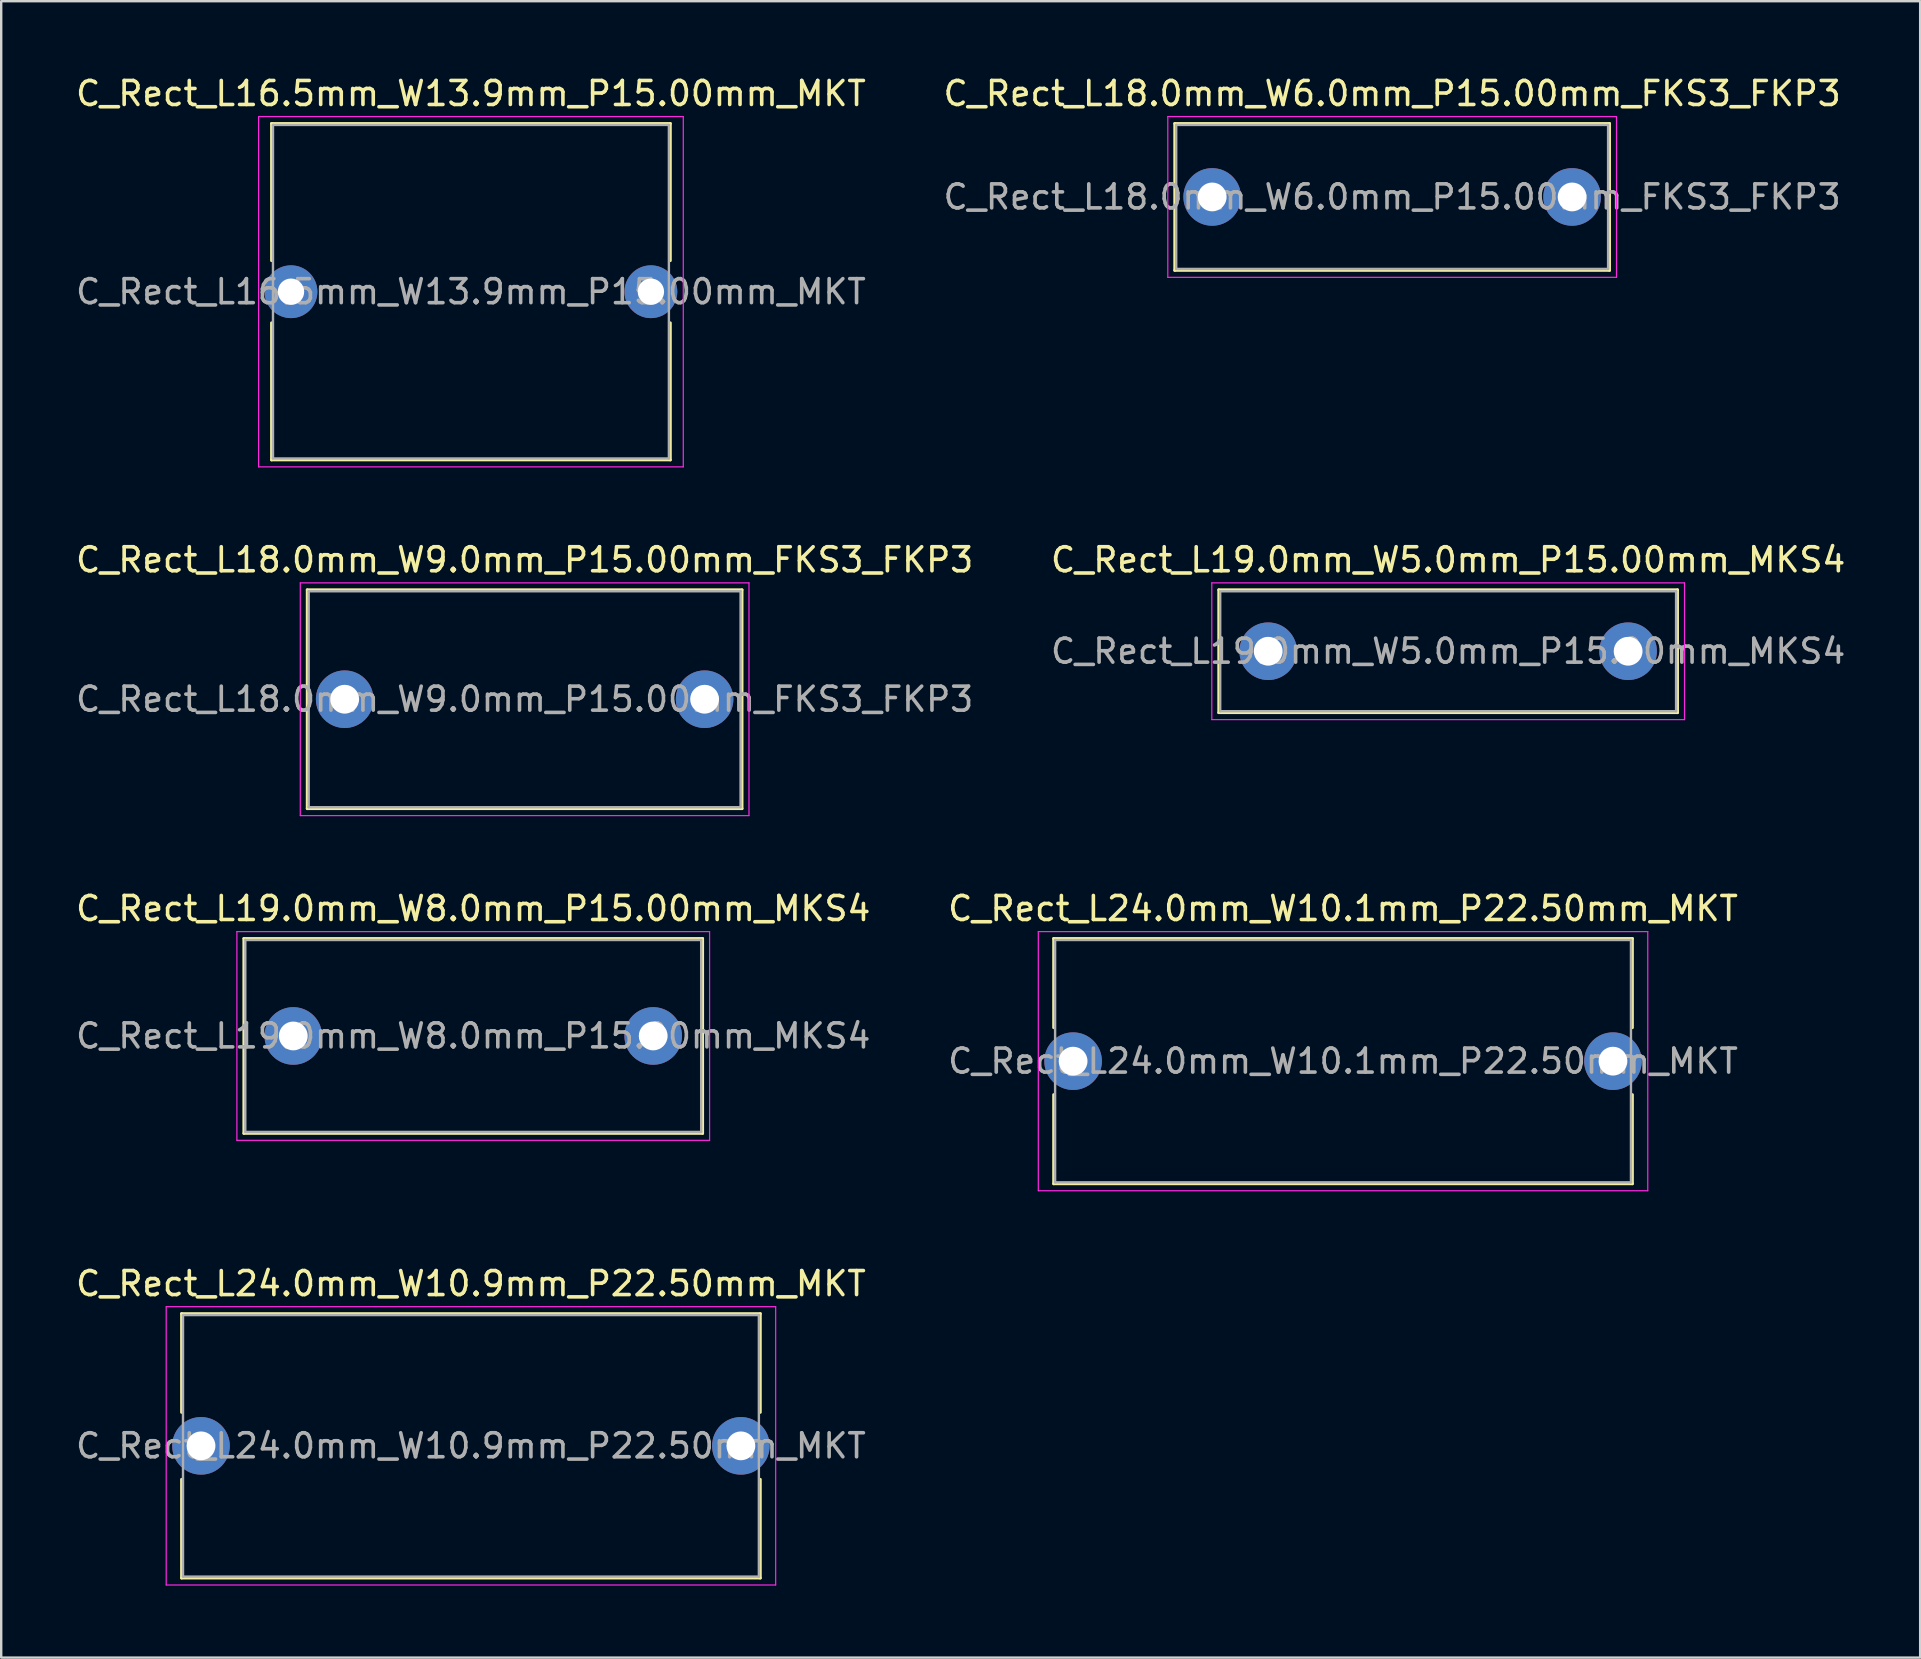
<source format=kicad_pcb>
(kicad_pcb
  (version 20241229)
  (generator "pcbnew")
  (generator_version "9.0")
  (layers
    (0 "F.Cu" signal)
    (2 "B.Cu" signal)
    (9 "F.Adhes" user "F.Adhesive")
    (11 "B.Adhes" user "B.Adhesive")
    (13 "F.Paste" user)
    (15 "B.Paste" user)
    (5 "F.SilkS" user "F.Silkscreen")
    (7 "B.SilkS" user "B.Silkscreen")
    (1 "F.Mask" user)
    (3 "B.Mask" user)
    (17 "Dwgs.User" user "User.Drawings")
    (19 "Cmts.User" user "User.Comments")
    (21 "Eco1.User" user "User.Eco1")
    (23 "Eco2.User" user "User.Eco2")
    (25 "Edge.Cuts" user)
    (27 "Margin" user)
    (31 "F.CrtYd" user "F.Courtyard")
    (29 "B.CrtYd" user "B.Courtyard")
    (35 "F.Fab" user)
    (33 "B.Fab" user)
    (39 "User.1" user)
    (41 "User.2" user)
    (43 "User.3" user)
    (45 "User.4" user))
  (footprint "C_Rect_L24.0mm_W10.9mm_P22.50mm_MKT"
    (layer "F.Cu")
    (at 5.327 57.208)
    (property "Reference" "C_Rect_L24.0mm_W10.9mm_P22.50mm_MKT" (at 11.25 -6.76 0) (layer "F.SilkS") (effects (font (size 1 1) (thickness 0.15))))
    (attr through_hole)
    (fp_line (start -0.81 -5.51) (end -0.81 -1.395) (stroke (width 0.12) (type solid)) (layer "F.SilkS"))
    (fp_line (start -0.81 -5.51) (end 23.31 -5.51) (stroke (width 0.12) (type solid)) (layer "F.SilkS"))
    (fp_line (start -0.81 1.395) (end -0.81 5.51) (stroke (width 0.12) (type solid)) (layer "F.SilkS"))
    (fp_line (start -0.81 5.51) (end 23.31 5.51) (stroke (width 0.12) (type solid)) (layer "F.SilkS"))
    (fp_line (start 23.31 -5.51) (end 23.31 -1.395) (stroke (width 0.12) (type solid)) (layer "F.SilkS"))
    (fp_line (start 23.31 1.395) (end 23.31 5.51) (stroke (width 0.12) (type solid)) (layer "F.SilkS"))
    (fp_line (start -1.45 -5.8) (end -1.45 5.8) (stroke (width 0.05) (type solid)) (layer "F.CrtYd"))
    (fp_line (start -1.45 5.8) (end 23.95 5.8) (stroke (width 0.05) (type solid)) (layer "F.CrtYd"))
    (fp_line (start 23.95 -5.8) (end -1.45 -5.8) (stroke (width 0.05) (type solid)) (layer "F.CrtYd"))
    (fp_line (start 23.95 5.8) (end 23.95 -5.8) (stroke (width 0.05) (type solid)) (layer "F.CrtYd"))
    (fp_line (start -0.75 -5.45) (end -0.75 5.45) (stroke (width 0.1) (type solid)) (layer "F.Fab"))
    (fp_line (start -0.75 5.45) (end 23.25 5.45) (stroke (width 0.1) (type solid)) (layer "F.Fab"))
    (fp_line (start 23.25 -5.45) (end -0.75 -5.45) (stroke (width 0.1) (type solid)) (layer "F.Fab"))
    (fp_line (start 23.25 5.45) (end 23.25 -5.45) (stroke (width 0.1) (type solid)) (layer "F.Fab"))
    (fp_text user "${REFERENCE}" (at 11.25 0 0) (layer "F.Fab") (effects (font (size 1 1) (thickness 0.15))))
    (pad "1" thru_hole circle (at 0 0) (size 2.4 2.4) (drill 1.2) (layers "*.Cu" "*.Mask"))
    (pad "2" thru_hole circle (at 22.5 0) (size 2.4 2.4) (drill 1.2) (layers "*.Cu" "*.Mask")))
  (footprint "C_Rect_L18.0mm_W6.0mm_P15.00mm_FKS3_FKP3"
    (layer "F.Cu")
    (at 47.47 5.158)
    (property "Reference" "C_Rect_L18.0mm_W6.0mm_P15.00mm_FKS3_FKP3" (at 7.5 -4.31 0) (layer "F.SilkS") (effects (font (size 1 1) (thickness 0.15))))
    (attr through_hole)
    (fp_line (start -1.56 -3.06) (end -1.56 3.06) (stroke (width 0.12) (type solid)) (layer "F.SilkS"))
    (fp_line (start -1.56 -3.06) (end 16.56 -3.06) (stroke (width 0.12) (type solid)) (layer "F.SilkS"))
    (fp_line (start -1.56 3.06) (end 16.56 3.06) (stroke (width 0.12) (type solid)) (layer "F.SilkS"))
    (fp_line (start 16.56 -3.06) (end 16.56 3.06) (stroke (width 0.12) (type solid)) (layer "F.SilkS"))
    (fp_line (start -1.85 -3.35) (end -1.85 3.35) (stroke (width 0.05) (type solid)) (layer "F.CrtYd"))
    (fp_line (start -1.85 3.35) (end 16.85 3.35) (stroke (width 0.05) (type solid)) (layer "F.CrtYd"))
    (fp_line (start 16.85 -3.35) (end -1.85 -3.35) (stroke (width 0.05) (type solid)) (layer "F.CrtYd"))
    (fp_line (start 16.85 3.35) (end 16.85 -3.35) (stroke (width 0.05) (type solid)) (layer "F.CrtYd"))
    (fp_line (start -1.5 -3) (end -1.5 3) (stroke (width 0.1) (type solid)) (layer "F.Fab"))
    (fp_line (start -1.5 3) (end 16.5 3) (stroke (width 0.1) (type solid)) (layer "F.Fab"))
    (fp_line (start 16.5 -3) (end -1.5 -3) (stroke (width 0.1) (type solid)) (layer "F.Fab"))
    (fp_line (start 16.5 3) (end 16.5 -3) (stroke (width 0.1) (type solid)) (layer "F.Fab"))
    (fp_text user "${REFERENCE}" (at 7.5 0 0) (layer "F.Fab") (effects (font (size 1 1) (thickness 0.15))))
    (pad "1" thru_hole circle (at 0 0) (size 2.4 2.4) (drill 1.2) (layers "*.Cu" "*.Mask"))
    (pad "2" thru_hole circle (at 15 0) (size 2.4 2.4) (drill 1.2) (layers "*.Cu" "*.Mask")))
  (footprint "C_Rect_L24.0mm_W10.1mm_P22.50mm_MKT"
    (layer "F.Cu")
    (at 41.673 41.175)
    (property "Reference" "C_Rect_L24.0mm_W10.1mm_P22.50mm_MKT" (at 11.25 -6.36 0) (layer "F.SilkS") (effects (font (size 1 1) (thickness 0.15))))
    (attr through_hole)
    (fp_line (start -0.81 -5.11) (end -0.81 -1.395) (stroke (width 0.12) (type solid)) (layer "F.SilkS"))
    (fp_line (start -0.81 -5.11) (end 23.31 -5.11) (stroke (width 0.12) (type solid)) (layer "F.SilkS"))
    (fp_line (start -0.81 1.395) (end -0.81 5.11) (stroke (width 0.12) (type solid)) (layer "F.SilkS"))
    (fp_line (start -0.81 5.11) (end 23.31 5.11) (stroke (width 0.12) (type solid)) (layer "F.SilkS"))
    (fp_line (start 23.31 -5.11) (end 23.31 -1.395) (stroke (width 0.12) (type solid)) (layer "F.SilkS"))
    (fp_line (start 23.31 1.395) (end 23.31 5.11) (stroke (width 0.12) (type solid)) (layer "F.SilkS"))
    (fp_line (start -1.45 -5.4) (end -1.45 5.4) (stroke (width 0.05) (type solid)) (layer "F.CrtYd"))
    (fp_line (start -1.45 5.4) (end 23.95 5.4) (stroke (width 0.05) (type solid)) (layer "F.CrtYd"))
    (fp_line (start 23.95 -5.4) (end -1.45 -5.4) (stroke (width 0.05) (type solid)) (layer "F.CrtYd"))
    (fp_line (start 23.95 5.4) (end 23.95 -5.4) (stroke (width 0.05) (type solid)) (layer "F.CrtYd"))
    (fp_line (start -0.75 -5.05) (end -0.75 5.05) (stroke (width 0.1) (type solid)) (layer "F.Fab"))
    (fp_line (start -0.75 5.05) (end 23.25 5.05) (stroke (width 0.1) (type solid)) (layer "F.Fab"))
    (fp_line (start 23.25 -5.05) (end -0.75 -5.05) (stroke (width 0.1) (type solid)) (layer "F.Fab"))
    (fp_line (start 23.25 5.05) (end 23.25 -5.05) (stroke (width 0.1) (type solid)) (layer "F.Fab"))
    (fp_text user "${REFERENCE}" (at 11.25 0 0) (layer "F.Fab") (effects (font (size 1 1) (thickness 0.15))))
    (pad "1" thru_hole circle (at 0 0) (size 2.4 2.4) (drill 1.2) (layers "*.Cu" "*.Mask"))
    (pad "2" thru_hole circle (at 22.5 0) (size 2.4 2.4) (drill 1.2) (layers "*.Cu" "*.Mask")))
  (footprint "C_Rect_L18.0mm_W9.0mm_P15.00mm_FKS3_FKP3"
    (layer "F.Cu")
    (at 11.315 26.091)
    (property "Reference" "C_Rect_L18.0mm_W9.0mm_P15.00mm_FKS3_FKP3" (at 7.5 -5.81 0) (layer "F.SilkS") (effects (font (size 1 1) (thickness 0.15))))
    (attr through_hole)
    (fp_line (start -1.56 -4.56) (end -1.56 4.56) (stroke (width 0.12) (type solid)) (layer "F.SilkS"))
    (fp_line (start -1.56 -4.56) (end 16.56 -4.56) (stroke (width 0.12) (type solid)) (layer "F.SilkS"))
    (fp_line (start -1.56 4.56) (end 16.56 4.56) (stroke (width 0.12) (type solid)) (layer "F.SilkS"))
    (fp_line (start 16.56 -4.56) (end 16.56 4.56) (stroke (width 0.12) (type solid)) (layer "F.SilkS"))
    (fp_line (start -1.85 -4.85) (end -1.85 4.85) (stroke (width 0.05) (type solid)) (layer "F.CrtYd"))
    (fp_line (start -1.85 4.85) (end 16.85 4.85) (stroke (width 0.05) (type solid)) (layer "F.CrtYd"))
    (fp_line (start 16.85 -4.85) (end -1.85 -4.85) (stroke (width 0.05) (type solid)) (layer "F.CrtYd"))
    (fp_line (start 16.85 4.85) (end 16.85 -4.85) (stroke (width 0.05) (type solid)) (layer "F.CrtYd"))
    (fp_line (start -1.5 -4.5) (end -1.5 4.5) (stroke (width 0.1) (type solid)) (layer "F.Fab"))
    (fp_line (start -1.5 4.5) (end 16.5 4.5) (stroke (width 0.1) (type solid)) (layer "F.Fab"))
    (fp_line (start 16.5 -4.5) (end -1.5 -4.5) (stroke (width 0.1) (type solid)) (layer "F.Fab"))
    (fp_line (start 16.5 4.5) (end 16.5 -4.5) (stroke (width 0.1) (type solid)) (layer "F.Fab"))
    (fp_text user "${REFERENCE}" (at 7.5 0 0) (layer "F.Fab") (effects (font (size 1 1) (thickness 0.15))))
    (pad "1" thru_hole circle (at 0 0) (size 2.4 2.4) (drill 1.2) (layers "*.Cu" "*.Mask"))
    (pad "2" thru_hole circle (at 15 0) (size 2.4 2.4) (drill 1.2) (layers "*.Cu" "*.Mask")))
  (footprint "C_Rect_L19.0mm_W8.0mm_P15.00mm_MKS4"
    (layer "F.Cu")
    (at 9.173 40.125)
    (property "Reference" "C_Rect_L19.0mm_W8.0mm_P15.00mm_MKS4" (at 7.5 -5.31 0) (layer "F.SilkS") (effects (font (size 1 1) (thickness 0.15))))
    (attr through_hole)
    (fp_line (start -2.06 -4.06) (end -2.06 4.06) (stroke (width 0.12) (type solid)) (layer "F.SilkS"))
    (fp_line (start -2.06 -4.06) (end 17.06 -4.06) (stroke (width 0.12) (type solid)) (layer "F.SilkS"))
    (fp_line (start -2.06 4.06) (end 17.06 4.06) (stroke (width 0.12) (type solid)) (layer "F.SilkS"))
    (fp_line (start 17.06 -4.06) (end 17.06 4.06) (stroke (width 0.12) (type solid)) (layer "F.SilkS"))
    (fp_line (start -2.35 -4.35) (end -2.35 4.35) (stroke (width 0.05) (type solid)) (layer "F.CrtYd"))
    (fp_line (start -2.35 4.35) (end 17.35 4.35) (stroke (width 0.05) (type solid)) (layer "F.CrtYd"))
    (fp_line (start 17.35 -4.35) (end -2.35 -4.35) (stroke (width 0.05) (type solid)) (layer "F.CrtYd"))
    (fp_line (start 17.35 4.35) (end 17.35 -4.35) (stroke (width 0.05) (type solid)) (layer "F.CrtYd"))
    (fp_line (start -2 -4) (end -2 4) (stroke (width 0.1) (type solid)) (layer "F.Fab"))
    (fp_line (start -2 4) (end 17 4) (stroke (width 0.1) (type solid)) (layer "F.Fab"))
    (fp_line (start 17 -4) (end -2 -4) (stroke (width 0.1) (type solid)) (layer "F.Fab"))
    (fp_line (start 17 4) (end 17 -4) (stroke (width 0.1) (type solid)) (layer "F.Fab"))
    (fp_text user "${REFERENCE}" (at 7.5 0 0) (layer "F.Fab") (effects (font (size 1 1) (thickness 0.15))))
    (pad "1" thru_hole circle (at 0 0) (size 2.4 2.4) (drill 1.2) (layers "*.Cu" "*.Mask"))
    (pad "2" thru_hole circle (at 15 0) (size 2.4 2.4) (drill 1.2) (layers "*.Cu" "*.Mask")))
  (footprint "C_Rect_L16.5mm_W13.9mm_P15.00mm_MKT"
    (layer "F.Cu")
    (at 9.077 9.108)
    (property "Reference" "C_Rect_L16.5mm_W13.9mm_P15.00mm_MKT" (at 7.5 -8.26 0) (layer "F.SilkS") (effects (font (size 1 1) (thickness 0.15))))
    (attr through_hole)
    (fp_line (start -0.81 -7.01) (end -0.81 -1.296) (stroke (width 0.12) (type solid)) (layer "F.SilkS"))
    (fp_line (start -0.81 -7.01) (end 15.81 -7.01) (stroke (width 0.12) (type solid)) (layer "F.SilkS"))
    (fp_line (start -0.81 1.296) (end -0.81 7.01) (stroke (width 0.12) (type solid)) (layer "F.SilkS"))
    (fp_line (start -0.81 7.01) (end 15.81 7.01) (stroke (width 0.12) (type solid)) (layer "F.SilkS"))
    (fp_line (start 15.81 -7.01) (end 15.81 -1.296) (stroke (width 0.12) (type solid)) (layer "F.SilkS"))
    (fp_line (start 15.81 1.296) (end 15.81 7.01) (stroke (width 0.12) (type solid)) (layer "F.SilkS"))
    (fp_line (start -1.35 -7.3) (end -1.35 7.3) (stroke (width 0.05) (type solid)) (layer "F.CrtYd"))
    (fp_line (start -1.35 7.3) (end 16.35 7.3) (stroke (width 0.05) (type solid)) (layer "F.CrtYd"))
    (fp_line (start 16.35 -7.3) (end -1.35 -7.3) (stroke (width 0.05) (type solid)) (layer "F.CrtYd"))
    (fp_line (start 16.35 7.3) (end 16.35 -7.3) (stroke (width 0.05) (type solid)) (layer "F.CrtYd"))
    (fp_line (start -0.75 -6.95) (end -0.75 6.95) (stroke (width 0.1) (type solid)) (layer "F.Fab"))
    (fp_line (start -0.75 6.95) (end 15.75 6.95) (stroke (width 0.1) (type solid)) (layer "F.Fab"))
    (fp_line (start 15.75 -6.95) (end -0.75 -6.95) (stroke (width 0.1) (type solid)) (layer "F.Fab"))
    (fp_line (start 15.75 6.95) (end 15.75 -6.95) (stroke (width 0.1) (type solid)) (layer "F.Fab"))
    (fp_text user "${REFERENCE}" (at 7.5 0 0) (layer "F.Fab") (effects (font (size 1 1) (thickness 0.15))))
    (pad "1" thru_hole circle (at 0 0) (size 2.2 2.2) (drill 1.1) (layers "*.Cu" "*.Mask"))
    (pad "2" thru_hole circle (at 15 0) (size 2.2 2.2) (drill 1.1) (layers "*.Cu" "*.Mask")))
  (footprint "C_Rect_L19.0mm_W5.0mm_P15.00mm_MKS4"
    (layer "F.Cu")
    (at 49.804 24.091)
    (property "Reference" "C_Rect_L19.0mm_W5.0mm_P15.00mm_MKS4" (at 7.5 -3.81 0) (layer "F.SilkS") (effects (font (size 1 1) (thickness 0.15))))
    (attr through_hole)
    (fp_line (start -2.06 -2.56) (end -2.06 2.56) (stroke (width 0.12) (type solid)) (layer "F.SilkS"))
    (fp_line (start -2.06 -2.56) (end 17.06 -2.56) (stroke (width 0.12) (type solid)) (layer "F.SilkS"))
    (fp_line (start -2.06 2.56) (end 17.06 2.56) (stroke (width 0.12) (type solid)) (layer "F.SilkS"))
    (fp_line (start 17.06 -2.56) (end 17.06 2.56) (stroke (width 0.12) (type solid)) (layer "F.SilkS"))
    (fp_line (start -2.35 -2.85) (end -2.35 2.85) (stroke (width 0.05) (type solid)) (layer "F.CrtYd"))
    (fp_line (start -2.35 2.85) (end 17.35 2.85) (stroke (width 0.05) (type solid)) (layer "F.CrtYd"))
    (fp_line (start 17.35 -2.85) (end -2.35 -2.85) (stroke (width 0.05) (type solid)) (layer "F.CrtYd"))
    (fp_line (start 17.35 2.85) (end 17.35 -2.85) (stroke (width 0.05) (type solid)) (layer "F.CrtYd"))
    (fp_line (start -2 -2.5) (end -2 2.5) (stroke (width 0.1) (type solid)) (layer "F.Fab"))
    (fp_line (start -2 2.5) (end 17 2.5) (stroke (width 0.1) (type solid)) (layer "F.Fab"))
    (fp_line (start 17 -2.5) (end -2 -2.5) (stroke (width 0.1) (type solid)) (layer "F.Fab"))
    (fp_line (start 17 2.5) (end 17 -2.5) (stroke (width 0.1) (type solid)) (layer "F.Fab"))
    (fp_text user "${REFERENCE}" (at 7.5 0 0) (layer "F.Fab") (effects (font (size 1 1) (thickness 0.15))))
    (pad "1" thru_hole circle (at 0 0) (size 2.4 2.4) (drill 1.2) (layers "*.Cu" "*.Mask"))
    (pad "2" thru_hole circle (at 15 0) (size 2.4 2.4) (drill 1.2) (layers "*.Cu" "*.Mask")))
  (gr_rect
    (start -3 -3)
    (end 76.976 66.033)
    (stroke (width 0.1) (type default))
    (fill no)
    (layer "Edge.Cuts")))
</source>
